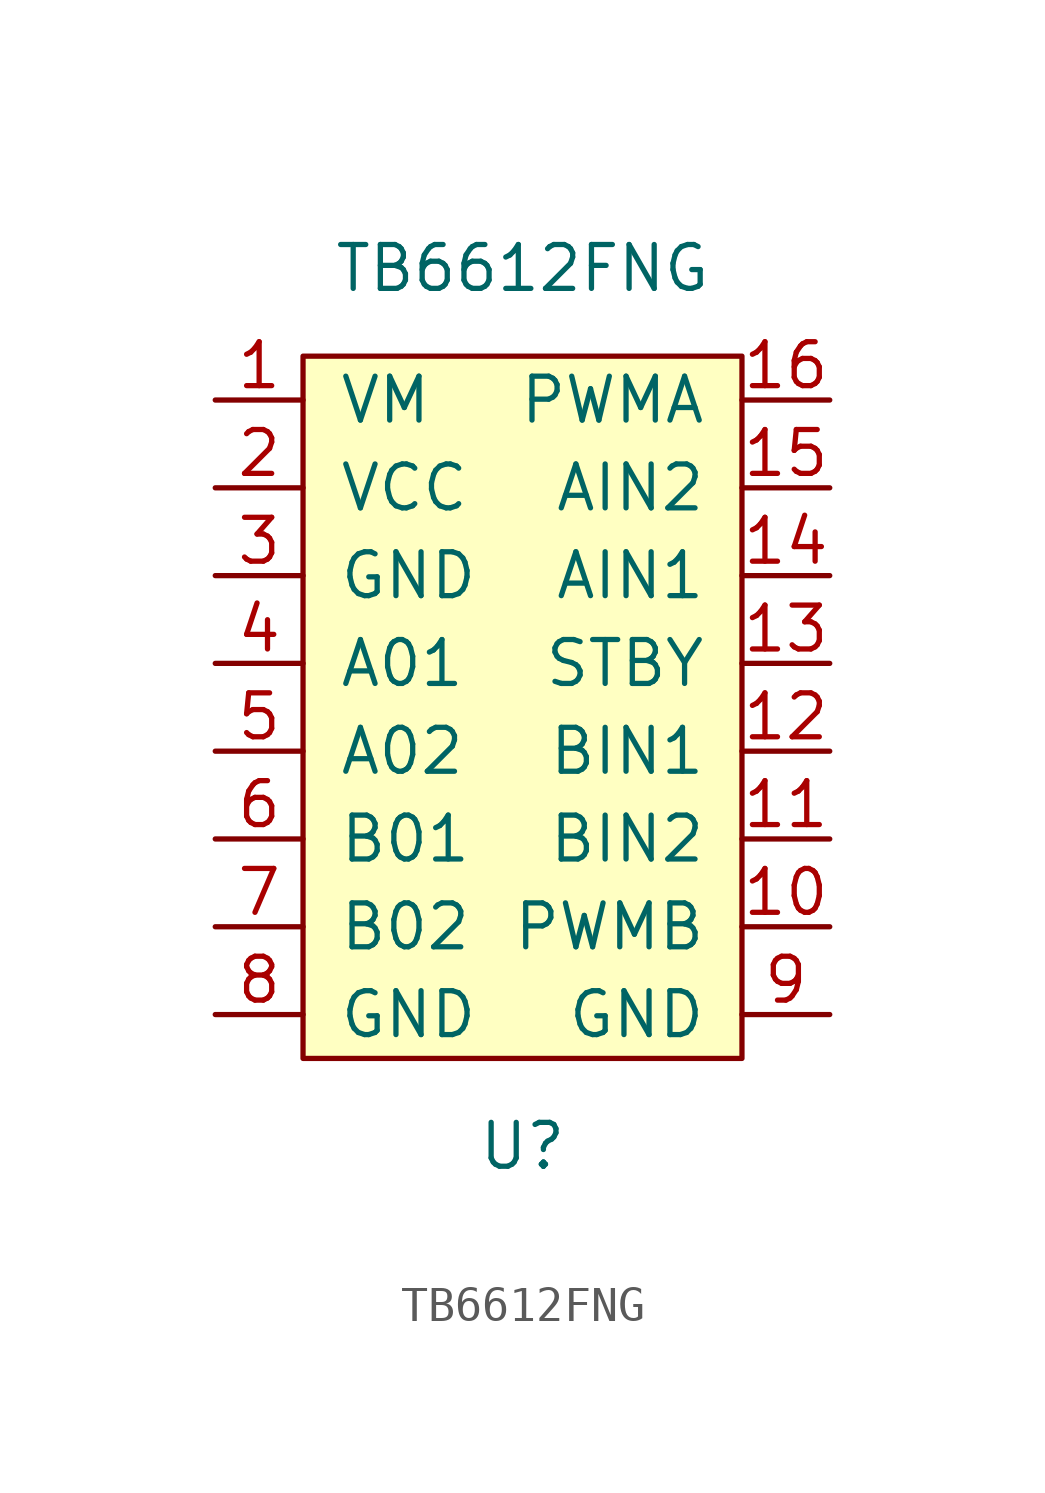
<source format=kicad_sym>
(kicad_symbol_lib
  (version 20211014)
  (generator kicad_symbol_editor)
  (symbol "TB6612FNG"
    (pin_names
      (offset 1.016))
    (property "Reference" "U"
      (at 0 -12.7 0)
      (effects (font (size 1.27 1.27))))
    (property "Value" "TB6612FNG"
      (at 0 12.7 0)
      (effects (font (size 1.27 1.27))))
    (symbol "TB6612FNG_0_1"
      (rectangle (start -6.35 10.16) (end 6.35 -10.16) (stroke (width 0) (type default) (color 0 0 0 0)) (fill (type background))))
    (symbol "TB6612FNG_1_1"
      (pin input line (at -8.89 8.89 0) (length 2.54) (name "VM" (effects (font (size 1.27 1.27)))) (number "1" (effects (font (size 1.27 1.27)))))
      (pin input line (at 8.89 -6.35 180) (length 2.54) (name "PWMB" (effects (font (size 1.27 1.27)))) (number "10" (effects (font (size 1.27 1.27)))))
      (pin input line (at 8.89 -3.81 180) (length 2.54) (name "BIN2" (effects (font (size 1.27 1.27)))) (number "11" (effects (font (size 1.27 1.27)))))
      (pin input line (at 8.89 -1.27 180) (length 2.54) (name "BIN1" (effects (font (size 1.27 1.27)))) (number "12" (effects (font (size 1.27 1.27)))))
      (pin input line (at 8.89 1.27 180) (length 2.54) (name "STBY" (effects (font (size 1.27 1.27)))) (number "13" (effects (font (size 1.27 1.27)))))
      (pin input line (at 8.89 3.81 180) (length 2.54) (name "AIN1" (effects (font (size 1.27 1.27)))) (number "14" (effects (font (size 1.27 1.27)))))
      (pin input line (at 8.89 6.35 180) (length 2.54) (name "AIN2" (effects (font (size 1.27 1.27)))) (number "15" (effects (font (size 1.27 1.27)))))
      (pin input line (at 8.89 8.89 180) (length 2.54) (name "PWMA" (effects (font (size 1.27 1.27)))) (number "16" (effects (font (size 1.27 1.27)))))
      (pin input line (at -8.89 6.35 0) (length 2.54) (name "VCC" (effects (font (size 1.27 1.27)))) (number "2" (effects (font (size 1.27 1.27)))))
      (pin output line (at -8.89 3.81 0) (length 2.54) (name "GND" (effects (font (size 1.27 1.27)))) (number "3" (effects (font (size 1.27 1.27)))))
      (pin bidirectional line (at -8.89 1.27 0) (length 2.54) (name "A01" (effects (font (size 1.27 1.27)))) (number "4" (effects (font (size 1.27 1.27)))))
      (pin bidirectional line (at -8.89 -1.27 0) (length 2.54) (name "A02" (effects (font (size 1.27 1.27)))) (number "5" (effects (font (size 1.27 1.27)))))
      (pin bidirectional line (at -8.89 -3.81 0) (length 2.54) (name "B01" (effects (font (size 1.27 1.27)))) (number "6" (effects (font (size 1.27 1.27)))))
      (pin bidirectional line (at -8.89 -6.35 0) (length 2.54) (name "B02" (effects (font (size 1.27 1.27)))) (number "7" (effects (font (size 1.27 1.27)))))
      (pin output line (at -8.89 -8.89 0) (length 2.54) (name "GND" (effects (font (size 1.27 1.27)))) (number "8" (effects (font (size 1.27 1.27)))))
      (pin output line (at 8.89 -8.89 180) (length 2.54) (name "GND" (effects (font (size 1.27 1.27)))) (number "9" (effects (font (size 1.27 1.27))))))))
</source>
